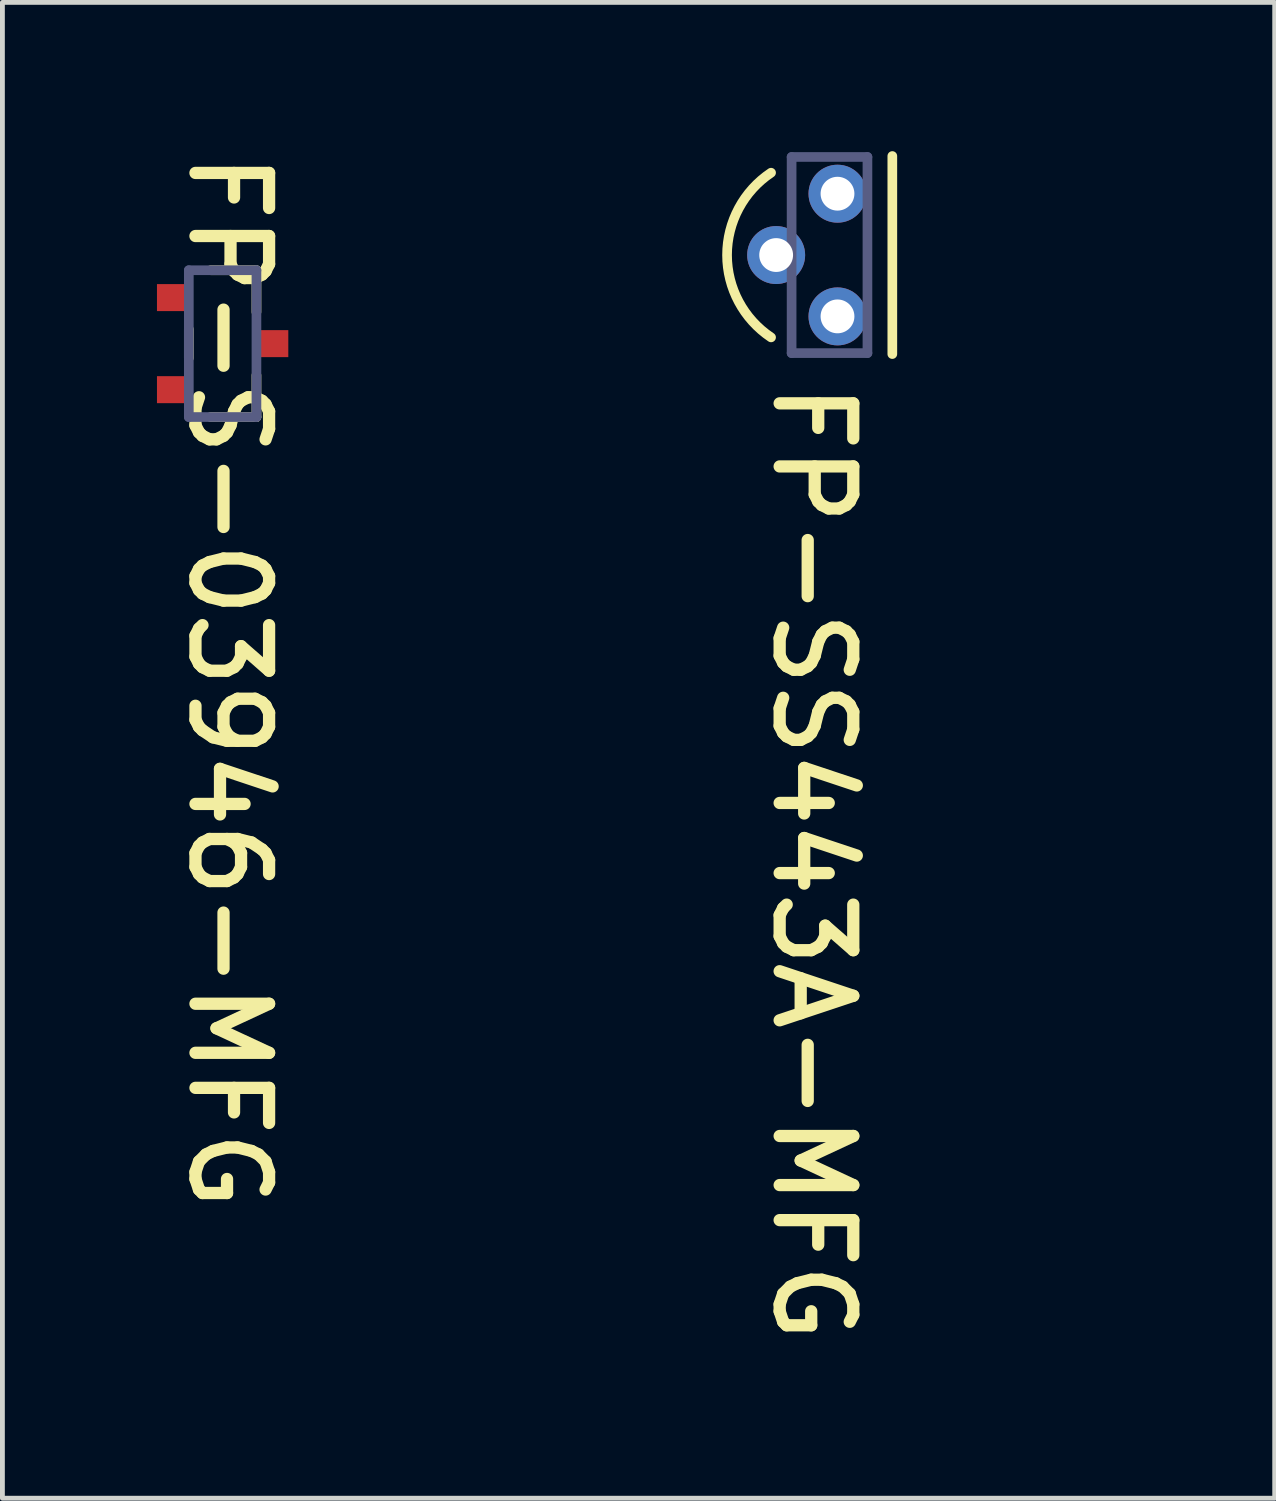
<source format=kicad_pcb>
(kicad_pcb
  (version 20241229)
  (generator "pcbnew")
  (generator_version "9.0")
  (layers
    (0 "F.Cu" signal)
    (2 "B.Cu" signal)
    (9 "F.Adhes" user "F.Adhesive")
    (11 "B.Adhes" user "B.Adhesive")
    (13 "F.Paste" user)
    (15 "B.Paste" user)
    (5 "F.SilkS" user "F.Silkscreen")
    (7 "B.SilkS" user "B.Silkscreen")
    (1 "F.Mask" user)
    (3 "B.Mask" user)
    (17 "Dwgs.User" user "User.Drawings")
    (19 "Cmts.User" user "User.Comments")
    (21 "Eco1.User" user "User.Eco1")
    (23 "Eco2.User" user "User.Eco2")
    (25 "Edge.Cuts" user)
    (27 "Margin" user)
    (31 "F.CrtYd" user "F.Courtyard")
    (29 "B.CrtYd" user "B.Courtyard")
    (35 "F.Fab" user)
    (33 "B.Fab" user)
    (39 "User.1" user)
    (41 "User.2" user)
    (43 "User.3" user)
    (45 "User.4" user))
  (footprint "FP-S-03946-MFG"
    (layer "F.Cu")
    (at 1.559 4.064)
    (property "Reference" "FP-S-03946-MFG" (at -0.762 -4.064 270) (unlocked yes) (layer "F.SilkS") (effects (font (size 1.524 1.524) (thickness 0.254)) (justify left bottom)))
    (fp_line (start -0.7 -0.298) (end -0.7 0.298) (stroke (width 0.2) (type solid)) (layer "F.SilkS"))
    (fp_line (start 0.7 -1.52) (end -0.247 -1.52) (stroke (width 0.2) (type solid)) (layer "F.SilkS"))
    (fp_line (start 0.7 -1.52) (end 0.7 -0.654) (stroke (width 0.2) (type solid)) (layer "F.SilkS"))
    (fp_line (start 0.7 0.654) (end 0.7 1.52) (stroke (width 0.2) (type solid)) (layer "F.SilkS"))
    (fp_line (start 0.7 1.52) (end -0.247 1.52) (stroke (width 0.2) (type solid)) (layer "F.SilkS"))
    (fp_line (start -1.459 -1.62) (end -1.459 1.62) (stroke (width 0.2) (type solid)) (layer "Eco1.User"))
    (fp_line (start 0 -0.5) (end 0 0.5) (stroke (width 0.1) (type solid)) (layer "Eco1.User"))
    (fp_line (start 0.5 0) (end -0.5 0) (stroke (width 0.1) (type solid)) (layer "Eco1.User"))
    (fp_line (start 1.459 -1.62) (end -1.459 -1.62) (stroke (width 0.2) (type solid)) (layer "Eco1.User"))
    (fp_line (start 1.459 -1.62) (end 1.459 1.62) (stroke (width 0.2) (type solid)) (layer "Eco1.User"))
    (fp_line (start 1.459 1.62) (end -1.459 1.62) (stroke (width 0.2) (type solid)) (layer "Eco1.User"))
    (fp_line (start -0.7 -1.52) (end -0.7 1.52) (stroke (width 0.2) (type solid)) (layer "B.Fab"))
    (fp_line (start 0.7 -1.52) (end -0.7 -1.52) (stroke (width 0.2) (type solid)) (layer "B.Fab"))
    (fp_line (start 0.7 -1.52) (end 0.7 1.52) (stroke (width 0.2) (type solid)) (layer "B.Fab"))
    (fp_line (start 0.7 1.52) (end -0.7 1.52) (stroke (width 0.2) (type solid)) (layer "B.Fab"))
    (fp_line (start -1.459 -1.62) (end -1.459 1.62) (stroke (width 0.2) (type solid)) (layer "User.5"))
    (fp_line (start 1.459 -1.62) (end -1.459 -1.62) (stroke (width 0.2) (type solid)) (layer "User.5"))
    (fp_line (start 1.459 -1.62) (end 1.459 1.62) (stroke (width 0.2) (type solid)) (layer "User.5"))
    (fp_line (start 1.459 1.62) (end -1.459 1.62) (stroke (width 0.2) (type solid)) (layer "User.5"))
    (fp_text user "${REFERENCE}" (at 0 0.139 0) (unlocked yes) (layer "User.5") (effects (font (size 0.5 0.5) (thickness 0.1)) (justify left bottom)))
    (pad "1" smd rect (at -0.991 -0.953) (size 0.737 0.559) (layers "F.Cu" "F.Mask" "F.Paste"))
    (pad "2" smd rect (at -0.991 0.953) (size 0.737 0.559) (layers "F.Cu" "F.Mask" "F.Paste"))
    (pad "3" smd rect (at 0.991 0) (size 0.737 0.559) (layers "F.Cu" "F.Mask" "F.Paste")))
  (footprint "FP-SS443A-MFG"
    (layer "F.Cu")
    (at 14.123 2.23)
    (property "Reference" "FP-SS443A-MFG" (at -1.232 2.54 270) (unlocked yes) (layer "F.SilkS") (effects (font (size 1.524 1.524) (thickness 0.254)) (justify left bottom)))
    (fp_line (start 1.3 -2.05) (end 1.3 2.05) (stroke (width 0.2) (type solid)) (layer "F.SilkS"))
    (fp_arc (start -1.210346 1.704511) (mid -2.121426 0) (end -1.210346 -1.704511) (stroke (width 0.2) (type solid)) (layer "F.SilkS"))
    (fp_line (start -1.805 -2.13) (end -1.805 2.13) (stroke (width 0.2) (type solid)) (layer "Eco1.User"))
    (fp_line (start -1.805 -2.13) (end 0.885 -2.13) (stroke (width 0.2) (type solid)) (layer "Eco1.User"))
    (fp_line (start -1.805 2.13) (end 0.885 2.13) (stroke (width 0.2) (type solid)) (layer "Eco1.User"))
    (fp_line (start -0.5 0) (end 0.5 0) (stroke (width 0.1) (type solid)) (layer "Eco1.User"))
    (fp_line (start 0 -0.5) (end 0 0.5) (stroke (width 0.1) (type solid)) (layer "Eco1.User"))
    (fp_line (start 0.885 -2.13) (end 0.885 2.13) (stroke (width 0.2) (type solid)) (layer "Eco1.User"))
    (fp_line (start -0.785 -2.03) (end -0.785 2.03) (stroke (width 0.2) (type solid)) (layer "B.Fab"))
    (fp_line (start -0.785 -2.03) (end 0.785 -2.03) (stroke (width 0.2) (type solid)) (layer "B.Fab"))
    (fp_line (start -0.785 2.03) (end 0.785 2.03) (stroke (width 0.2) (type solid)) (layer "B.Fab"))
    (fp_line (start 0.785 -2.03) (end 0.785 2.03) (stroke (width 0.2) (type solid)) (layer "B.Fab"))
    (fp_line (start -1.805 -2.13) (end -1.805 2.13) (stroke (width 0.2) (type solid)) (layer "User.5"))
    (fp_line (start -1.805 -2.13) (end 0.885 -2.13) (stroke (width 0.2) (type solid)) (layer "User.5"))
    (fp_line (start -1.805 2.13) (end 0.885 2.13) (stroke (width 0.2) (type solid)) (layer "User.5"))
    (fp_line (start 0.885 -2.13) (end 0.885 2.13) (stroke (width 0.2) (type solid)) (layer "User.5"))
    (fp_text user "${REFERENCE}" (at -0.46 0.178 0) (unlocked yes) (layer "User.5") (effects (font (size 0.5 0.5) (thickness 0.1)) (justify left bottom)))
    (pad "1" thru_hole circle (at 0.165 -1.27) (size 1.2 1.2) (drill 0.7) (layers "*.Cu" "*.Mask"))
    (pad "2" thru_hole circle (at -1.105 0) (size 1.2 1.2) (drill 0.7) (layers "*.Cu" "*.Mask"))
    (pad "3" thru_hole circle (at 0.165 1.27) (size 1.2 1.2) (drill 0.7) (layers "*.Cu" "*.Mask")))
  (gr_rect
    (start -3 -3)
    (end 23.339 27.967)
    (stroke (width 0.1) (type default))
    (fill no)
    (layer "Edge.Cuts")))
</source>
